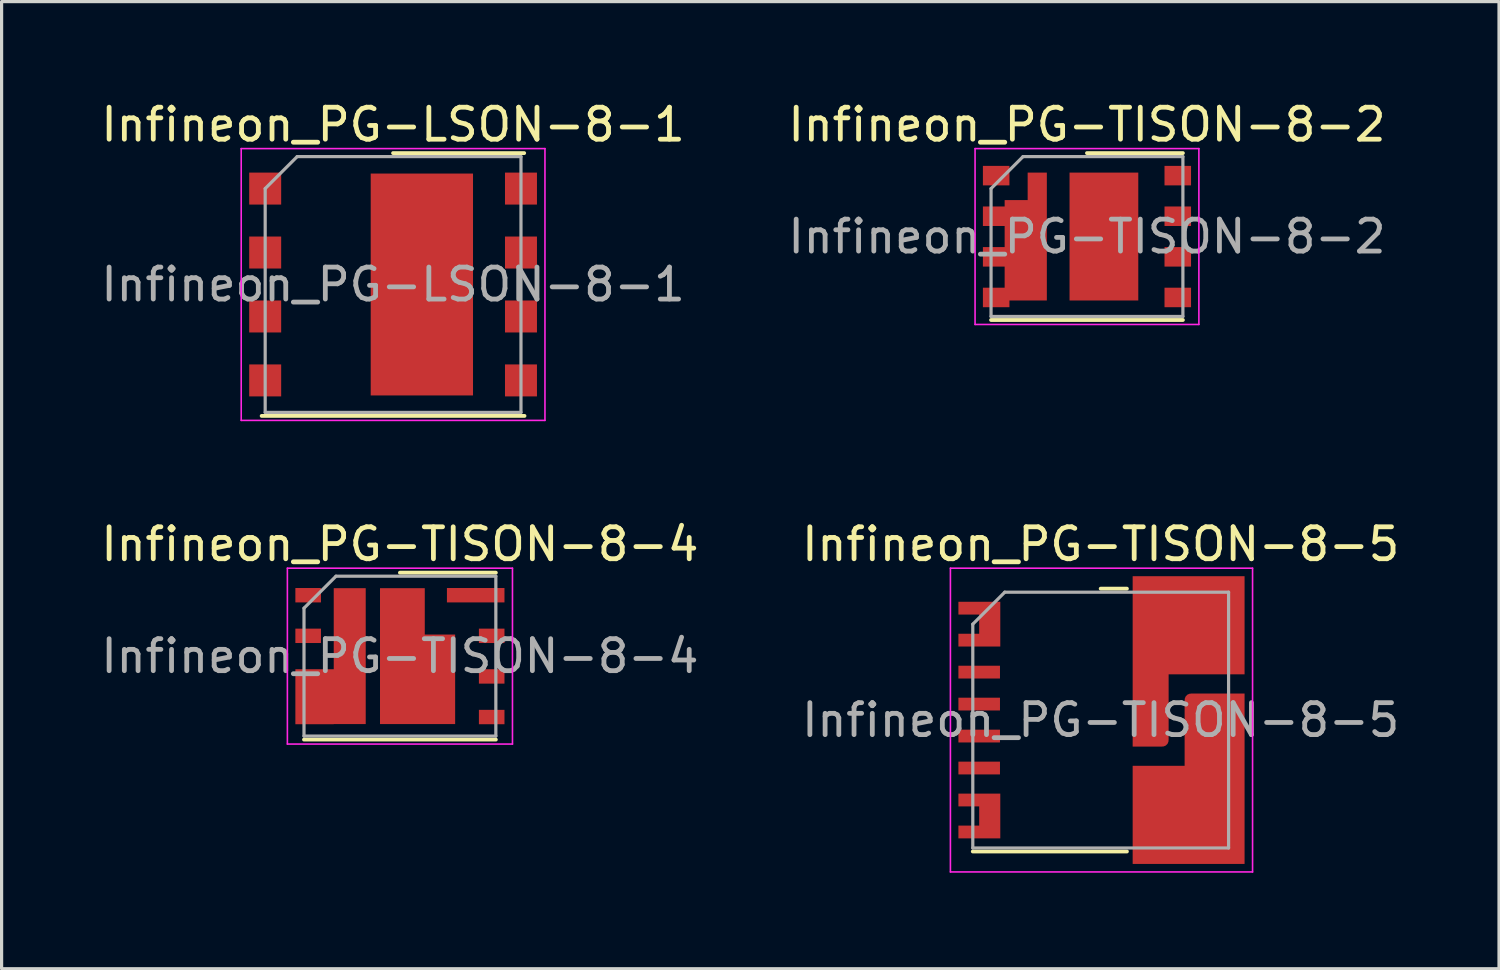
<source format=kicad_pcb>
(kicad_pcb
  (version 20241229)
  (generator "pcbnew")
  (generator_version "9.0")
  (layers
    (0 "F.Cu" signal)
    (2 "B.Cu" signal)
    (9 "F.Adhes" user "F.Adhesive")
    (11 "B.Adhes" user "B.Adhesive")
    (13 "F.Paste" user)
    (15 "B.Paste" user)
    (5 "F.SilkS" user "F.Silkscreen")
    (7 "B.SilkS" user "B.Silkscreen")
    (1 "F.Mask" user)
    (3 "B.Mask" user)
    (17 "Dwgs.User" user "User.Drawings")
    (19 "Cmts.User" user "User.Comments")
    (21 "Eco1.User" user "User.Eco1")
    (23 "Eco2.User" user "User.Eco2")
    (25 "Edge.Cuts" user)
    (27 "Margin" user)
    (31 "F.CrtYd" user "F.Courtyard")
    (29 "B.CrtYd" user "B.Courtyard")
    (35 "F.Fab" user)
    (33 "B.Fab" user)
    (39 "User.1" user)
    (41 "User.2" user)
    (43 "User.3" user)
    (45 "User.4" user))
  (footprint "Infineon_PG-TISON-8-4"
    (layer "F.Cu")
    (at 9.458 17.471)
    (property "Reference" "Infineon_PG-TISON-8-4" (at 0 -3.5 0) (layer "F.SilkS") (effects (font (size 1 1) (thickness 0.15))))
    (attr smd)
    (fp_line (start 3 -2.61) (end 0 -2.61) (stroke (width 0.12) (type solid)) (layer "F.SilkS"))
    (fp_line (start 3 2.61) (end -3 2.61) (stroke (width 0.12) (type solid)) (layer "F.SilkS"))
    (fp_line (start -3.52 -2.75) (end 3.52 -2.75) (stroke (width 0.05) (type solid)) (layer "F.CrtYd"))
    (fp_line (start -3.52 2.75) (end -3.52 -2.75) (stroke (width 0.05) (type solid)) (layer "F.CrtYd"))
    (fp_line (start 3.52 -2.75) (end 3.52 2.75) (stroke (width 0.05) (type solid)) (layer "F.CrtYd"))
    (fp_line (start 3.52 2.75) (end -3.52 2.75) (stroke (width 0.05) (type solid)) (layer "F.CrtYd"))
    (fp_line (start -3 -1.5) (end -3 2.5) (stroke (width 0.1) (type solid)) (layer "F.Fab"))
    (fp_line (start -2 -2.5) (end -3 -1.5) (stroke (width 0.1) (type solid)) (layer "F.Fab"))
    (fp_line (start -2 -2.5) (end 3 -2.5) (stroke (width 0.1) (type solid)) (layer "F.Fab"))
    (fp_line (start 3 -2.5) (end 3 2.5) (stroke (width 0.1) (type solid)) (layer "F.Fab"))
    (fp_line (start 3 2.5) (end -3 2.5) (stroke (width 0.1) (type solid)) (layer "F.Fab"))
    (fp_text user "${REFERENCE}" (at 0 0 0) (layer "F.Fab") (effects (font (size 1 1) (thickness 0.15))))
    (pad "" smd rect (at -2.87 0.635) (size 0.7 0.35) (layers "F.Paste"))
    (pad "" smd rect (at -2.87 0.635) (size 0.8 0.45) (layers "F.Mask"))
    (pad "" smd rect (at -2.87 1.905) (size 0.7 0.35) (layers "F.Paste"))
    (pad "" smd rect (at -2.87 1.905) (size 0.8 0.45) (layers "F.Mask"))
    (pad "" smd rect (at -1.57 -1.5) (size 0.8 0.75) (layers "F.Paste"))
    (pad "" smd rect (at -1.57 -0.5) (size 0.8 0.75) (layers "F.Paste"))
    (pad "" smd rect (at -1.57 0) (size 1 4.25) (layers "F.Mask"))
    (pad "" smd rect (at -1.57 0.5) (size 0.8 0.75) (layers "F.Paste"))
    (pad "" smd rect (at -1.57 1.5) (size 0.8 0.75) (layers "F.Paste"))
    (pad "" smd rect (at 0 -1.5) (size 0.85 0.75) (layers "F.Paste"))
    (pad "" smd rect (at 0 -0.5) (size 0.85 0.75) (layers "F.Paste"))
    (pad "" smd rect (at 0 0.5) (size 0.85 0.75) (layers "F.Paste"))
    (pad "" smd rect (at 0 1.5) (size 0.85 0.75) (layers "F.Paste"))
    (pad "" smd rect (at 1.1 -0.315) (size 0.85 0.38) (layers "F.Paste"))
    (pad "" smd rect (at 1.1 0.5) (size 0.85 0.75) (layers "F.Paste"))
    (pad "" smd rect (at 1.1 1.5) (size 0.85 0.75) (layers "F.Paste"))
    (pad "" smd rect (at 1.92 -1.905) (size 0.8 0.35) (layers "F.Paste"))
    (pad "" smd rect (at 2.87 -1.905) (size 0.7 0.35) (layers "F.Paste"))
    (pad "1" smd rect (at -2.87 -1.905) (size 0.8 0.45) (layers "F.Cu" "F.Mask" "F.Paste"))
    (pad "2" smd rect (at -2.87 -0.635) (size 0.8 0.45) (layers "F.Cu" "F.Mask" "F.Paste"))
    (pad "3" smd custom (at -1.57 0) (size 1 4.25) (layers "F.Cu") (options (anchor rect)) (primitives (gr_poly (pts (xy -0.5 2.13) (xy -1.7 2.13) (xy -1.7 0.41) (xy -0.5 0.41)) (width 0) (fill yes))))
    (pad "4" smd rect (at 2.87 1.905) (size 0.8 0.45) (layers "F.Cu" "F.Mask" "F.Paste"))
    (pad "5" smd rect (at 2.87 0.635) (size 0.8 0.45) (layers "F.Cu" "F.Mask" "F.Paste"))
    (pad "6" smd rect (at 2.87 -0.635) (size 0.8 0.45) (layers "F.Cu" "F.Mask" "F.Paste"))
    (pad "7" smd rect (at 2.37 -1.905) (size 1.8 0.45) (layers "F.Cu" "F.Mask"))
    (pad "8" smd custom (at 0.077 0) (size 1.4 4.25) (layers "F.Cu" "F.Mask") (options (anchor rect)) (primitives (gr_poly (pts (xy 1.65 2.125) (xy 0.7 2.125) (xy 0.7 -0.675) (xy 1.65 -0.675)) (width 0) (fill yes)))))
  (footprint "Infineon_PG-TISON-8-2"
    (layer "F.Cu")
    (at 30.946 4.348)
    (property "Reference" "Infineon_PG-TISON-8-2" (at 0 -3.5 0) (layer "F.SilkS") (effects (font (size 1 1) (thickness 0.15))))
    (attr smd)
    (fp_line (start 3 -2.61) (end 0 -2.61) (stroke (width 0.12) (type solid)) (layer "F.SilkS"))
    (fp_line (start 3 2.61) (end -3 2.61) (stroke (width 0.12) (type solid)) (layer "F.SilkS"))
    (fp_line (start -3.5 -2.75) (end 3.5 -2.75) (stroke (width 0.05) (type solid)) (layer "F.CrtYd"))
    (fp_line (start -3.5 2.75) (end -3.5 -2.75) (stroke (width 0.05) (type solid)) (layer "F.CrtYd"))
    (fp_line (start 3.5 -2.75) (end 3.5 2.75) (stroke (width 0.05) (type solid)) (layer "F.CrtYd"))
    (fp_line (start 3.5 2.75) (end -3.5 2.75) (stroke (width 0.05) (type solid)) (layer "F.CrtYd"))
    (fp_line (start -3 -1.5) (end -3 2.5) (stroke (width 0.1) (type solid)) (layer "F.Fab"))
    (fp_line (start -2 -2.5) (end -3 -1.5) (stroke (width 0.1) (type solid)) (layer "F.Fab"))
    (fp_line (start -2 -2.5) (end 3 -2.5) (stroke (width 0.1) (type solid)) (layer "F.Fab"))
    (fp_line (start 3 -2.5) (end 3 2.5) (stroke (width 0.1) (type solid)) (layer "F.Fab"))
    (fp_line (start 3 2.5) (end -3 2.5) (stroke (width 0.1) (type solid)) (layer "F.Fab"))
    (fp_text user "${REFERENCE}" (at 0 0 0) (layer "F.Fab") (effects (font (size 1 1) (thickness 0.15))))
    (pad "" smd rect (at -2.84 -0.635) (size 0.73 0.51) (layers "F.Paste"))
    (pad "" smd rect (at -2.84 0.635) (size 0.73 0.51) (layers "F.Paste"))
    (pad "" smd rect (at -2.84 1.905) (size 0.73 0.51) (layers "F.Paste"))
    (pad "" smd rect (at -1.82 -0.64) (size 0.9 0.5) (layers "F.Paste"))
    (pad "" smd rect (at -1.82 0.06) (size 0.9 0.5) (layers "F.Paste"))
    (pad "" smd rect (at -1.82 0.76) (size 0.9 0.5) (layers "F.Paste"))
    (pad "" smd rect (at -1.82 1.46) (size 0.9 0.5) (layers "F.Paste"))
    (pad "" smd rect (at -1.545 -1.6) (size 0.35 0.6) (layers "F.Paste"))
    (pad "" smd rect (at 0 -1.425) (size 0.75 0.75) (layers "F.Paste"))
    (pad "" smd rect (at 0 -0.475) (size 0.75 0.75) (layers "F.Paste"))
    (pad "" smd rect (at 0 0.475) (size 0.75 0.75) (layers "F.Paste"))
    (pad "" smd rect (at 0 1.425) (size 0.75 0.75) (layers "F.Paste"))
    (pad "" smd rect (at 1.025 -1.425) (size 0.75 0.75) (layers "F.Paste"))
    (pad "" smd rect (at 1.025 -0.475) (size 0.75 0.75) (layers "F.Paste"))
    (pad "" smd rect (at 1.025 0.475) (size 0.75 0.75) (layers "F.Paste"))
    (pad "" smd rect (at 1.025 1.425) (size 0.75 0.75) (layers "F.Paste"))
    (pad "1" smd rect (at -2.84 -1.905) (size 0.83 0.61) (layers "F.Cu" "F.Mask" "F.Paste"))
    (pad "2" smd custom (at -1.555 0) (size 0.6 4) (layers "F.Cu" "F.Mask") (options (anchor rect)) (primitives (gr_poly (pts (xy -0.3 2) (xy -0.87 2) (xy -0.87 2.21) (xy -1.7 2.21) (xy -1.7 1.6) (xy -1.02 1.6) (xy -1.02 0.94) (xy -1.7 0.94) (xy -1.7 0.33) (xy -1.02 0.33) (xy -1.02 -0.33) (xy -1.7 -0.33) (xy -1.7 -0.94) (xy -1.02 -0.94) (xy -1.02 -1.14) (xy -0.3 -1.14)) (width 0) (fill yes))))
    (pad "3" smd rect (at 2.84 1.905) (size 0.83 0.61) (layers "F.Cu" "F.Mask" "F.Paste"))
    (pad "4" smd rect (at 2.84 0.635) (size 0.83 0.61) (layers "F.Cu" "F.Mask" "F.Paste"))
    (pad "5" smd rect (at 2.84 -0.635) (size 0.83 0.61) (layers "F.Cu" "F.Mask" "F.Paste"))
    (pad "6" smd rect (at 2.84 -1.905) (size 0.83 0.61) (layers "F.Cu" "F.Mask" "F.Paste"))
    (pad "7" smd rect (at 0.53 0) (size 2.15 4) (layers "F.Cu" "F.Mask")))
  (footprint "Infineon_PG-LSON-8-1"
    (layer "F.Cu")
    (at 9.244 5.848)
    (property "Reference" "Infineon_PG-LSON-8-1" (at 0 -5 0) (layer "F.SilkS") (effects (font (size 1 1) (thickness 0.15))))
    (attr smd)
    (fp_line (start -4.11 4.11) (end 4.11 4.11) (stroke (width 0.12) (type solid)) (layer "F.SilkS"))
    (fp_line (start 0 -4.11) (end 4.1 -4.11) (stroke (width 0.12) (type solid)) (layer "F.SilkS"))
    (fp_line (start -4.75 -4.25) (end -4.75 4.25) (stroke (width 0.05) (type solid)) (layer "F.CrtYd"))
    (fp_line (start -4.75 -4.25) (end 4.75 -4.25) (stroke (width 0.05) (type solid)) (layer "F.CrtYd"))
    (fp_line (start -4.75 4.25) (end 4.75 4.25) (stroke (width 0.05) (type solid)) (layer "F.CrtYd"))
    (fp_line (start 4.75 -4.25) (end 4.75 4.25) (stroke (width 0.05) (type solid)) (layer "F.CrtYd"))
    (fp_line (start -4 -3) (end -4 4) (stroke (width 0.1) (type solid)) (layer "F.Fab"))
    (fp_line (start -4 4) (end 4 4) (stroke (width 0.1) (type solid)) (layer "F.Fab"))
    (fp_line (start -3 -4) (end -4 -3) (stroke (width 0.1) (type solid)) (layer "F.Fab"))
    (fp_line (start -3 -4) (end 4 -4) (stroke (width 0.1) (type solid)) (layer "F.Fab"))
    (fp_line (start 4 -4) (end 4 4) (stroke (width 0.1) (type solid)) (layer "F.Fab"))
    (fp_text user "${REFERENCE}" (at 0 0 0) (layer "F.Fab") (effects (font (size 1 1) (thickness 0.15))))
    (pad "" smd rect (at 0.15 -2.55) (size 1.2 1.4) (layers "F.Paste"))
    (pad "" smd rect (at 0.15 -0.85) (size 1.2 1.4) (layers "F.Paste"))
    (pad "" smd rect (at 0.15 0.85) (size 1.2 1.4) (layers "F.Paste"))
    (pad "" smd rect (at 0.15 2.55) (size 1.2 1.4) (layers "F.Paste"))
    (pad "" smd rect (at 1.65 -2.55) (size 1.2 1.4) (layers "F.Paste"))
    (pad "" smd rect (at 1.65 -0.85) (size 1.2 1.4) (layers "F.Paste"))
    (pad "" smd rect (at 1.65 0.85) (size 1.2 1.4) (layers "F.Paste"))
    (pad "" smd rect (at 1.65 2.55) (size 1.2 1.4) (layers "F.Paste"))
    (pad "1" smd rect (at -4 -3) (size 1 1) (layers "F.Cu" "F.Mask" "F.Paste"))
    (pad "2" smd rect (at -4 -1) (size 1 1) (layers "F.Cu" "F.Mask" "F.Paste"))
    (pad "3" smd rect (at -4 1) (size 1 1) (layers "F.Cu" "F.Mask" "F.Paste"))
    (pad "4" smd rect (at -4 3) (size 1 1) (layers "F.Cu" "F.Mask" "F.Paste"))
    (pad "5" smd rect (at 4 3) (size 1 1) (layers "F.Cu" "F.Mask" "F.Paste"))
    (pad "6" smd rect (at 4 1) (size 1 1) (layers "F.Cu" "F.Mask" "F.Paste"))
    (pad "7" smd rect (at 4 -1) (size 1 1) (layers "F.Cu" "F.Mask" "F.Paste"))
    (pad "8" smd rect (at 4 -3) (size 1 1) (layers "F.Cu" "F.Mask" "F.Paste"))
    (pad "9" smd rect (at 0.9 0) (size 3.2 6.94) (layers "F.Cu" "F.Mask")))
  (footprint "Infineon_PG-TISON-8-5"
    (layer "F.Cu")
    (at 31.375 19.471)
    (property "Reference" "Infineon_PG-TISON-8-5" (at 0 -5.5 0) (layer "F.SilkS") (effects (font (size 1 1) (thickness 0.15))))
    (attr smd)
    (fp_line (start 0.82 -4.11) (end 0 -4.11) (stroke (width 0.12) (type solid)) (layer "F.SilkS"))
    (fp_line (start 0.82 4.11) (end -4 4.11) (stroke (width 0.12) (type solid)) (layer "F.SilkS"))
    (fp_line (start -4.7 -4.75) (end 4.75 -4.75) (stroke (width 0.05) (type solid)) (layer "F.CrtYd"))
    (fp_line (start -4.7 4.75) (end -4.7 -4.75) (stroke (width 0.05) (type solid)) (layer "F.CrtYd"))
    (fp_line (start 4.75 -4.75) (end 4.75 4.75) (stroke (width 0.05) (type solid)) (layer "F.CrtYd"))
    (fp_line (start 4.75 4.75) (end -4.7 4.75) (stroke (width 0.05) (type solid)) (layer "F.CrtYd"))
    (fp_line (start -4 -3) (end -4 4) (stroke (width 0.1) (type solid)) (layer "F.Fab"))
    (fp_line (start -3 -4) (end -4 -3) (stroke (width 0.1) (type solid)) (layer "F.Fab"))
    (fp_line (start -3 -4) (end 4 -4) (stroke (width 0.1) (type solid)) (layer "F.Fab"))
    (fp_line (start 4 -4) (end 4 4) (stroke (width 0.1) (type solid)) (layer "F.Fab"))
    (fp_line (start 4 4) (end -4 4) (stroke (width 0.1) (type solid)) (layer "F.Fab"))
    (fp_text user "${REFERENCE}" (at 0 0 0) (layer "F.Fab") (effects (font (size 1 1) (thickness 0.15))))
    (pad "" smd rect (at -3.8 -3.5) (size 1.2 0.3) (layers "F.Paste"))
    (pad "" smd rect (at -3.8 -2.5) (size 1.2 0.3) (layers "F.Paste"))
    (pad "" smd rect (at -3.8 -2.5) (size 1.2 0.3) (layers "F.Paste"))
    (pad "" smd rect (at -3.8 -1.5) (size 1.2 0.3) (layers "F.Paste"))
    (pad "" smd rect (at -3.8 -0.5) (size 1.2 0.3) (layers "F.Paste"))
    (pad "" smd rect (at -3.8 0.5) (size 1.2 0.3) (layers "F.Paste"))
    (pad "" smd rect (at -3.8 1.5) (size 1.2 0.3) (layers "F.Paste"))
    (pad "" smd rect (at -3.8 2.5) (size 1.2 0.3) (layers "F.Paste"))
    (pad "" smd rect (at -3.8 3.5) (size 1.2 0.3) (layers "F.Paste"))
    (pad "" smd rect (at -3.49 -3) (size 0.5 0.4) (layers "F.Paste"))
    (pad "" smd rect (at -3.49 3) (size 0.5 0.4) (layers "F.Paste"))
    (pad "" smd rect (at 1.561 -3.638) (size 0.7 1.225) (layers "F.Paste"))
    (pad "" smd rect (at 1.561 -1.425) (size 0.7 1.6) (layers "F.Paste"))
    (pad "" smd rect (at 1.561 0.403) (size 0.7 0.455) (layers "F.Paste"))
    (pad "" smd rect (at 1.561 1.903) (size 0.7 0.545) (layers "F.Paste"))
    (pad "" smd rect (at 1.561 3.612) (size 0.7 1.275) (layers "F.Paste"))
    (pad "" smd rect (at 2.38 2.915) (size 0.537 2.57) (layers "F.Paste"))
    (pad "" smd rect (at 2.586 -2.94) (size 0.95 2.62) (layers "F.Paste"))
    (pad "" smd rect (at 3.28 -0.375) (size 0.863 0.5) (layers "F.Paste"))
    (pad "" smd rect (at 3.28 1.425) (size 0.863 1.5) (layers "F.Paste"))
    (pad "" smd rect (at 3.28 3.612) (size 0.863 1.275) (layers "F.Paste"))
    (pad "" smd rect (at 3.486 -3.638) (size 0.45 1.225) (layers "F.Paste"))
    (pad "" smd rect (at 3.486 -1.927) (size 0.45 0.595) (layers "F.Paste"))
    (pad "" smd rect (at 4.111 -2.94) (size 0.4 2.62) (layers "F.Paste"))
    (pad "" smd rect (at 4.111 0.403) (size 0.4 2.055) (layers "F.Paste"))
    (pad "" smd rect (at 4.111 2.915) (size 0.4 2.57) (layers "F.Paste"))
    (pad "1" smd custom (at -3.47 -3) (size 0.66 1.4) (layers "F.Cu" "F.Mask") (options (anchor rect)) (primitives (gr_poly (pts (xy 0.33 0.7) (xy -0.98 0.7) (xy -0.98 0.3) (xy -0.33 0.3) (xy -0.33 -0.3) (xy -0.98 -0.3) (xy -0.98 -0.7) (xy 0.33 -0.7)) (width 0) (fill yes))))
    (pad "2" smd rect (at -3.8 -1.5) (size 1.3 0.4) (layers "F.Cu" "F.Mask"))
    (pad "3" smd rect (at -3.8 -0.5) (size 1.3 0.4) (layers "F.Cu" "F.Mask"))
    (pad "4" smd rect (at -3.8 0.5) (size 1.3 0.4) (layers "F.Cu" "F.Mask"))
    (pad "5" smd rect (at -3.8 1.5) (size 1.3 0.4) (layers "F.Cu" "F.Mask"))
    (pad "6" smd custom (at -3.47 3) (size 0.66 1.4) (layers "F.Cu" "F.Mask") (options (anchor rect)) (primitives (gr_poly (pts (xy 0.33 0.7) (xy -0.98 0.7) (xy -0.98 0.3) (xy -0.33 0.3) (xy -0.33 -0.3) (xy -0.98 -0.3) (xy -0.98 -0.7) (xy 0.33 -0.7)) (width 0) (fill yes))))
    (pad "7" smd custom (at 2.75 2.965) (size 3.5 3.07) (layers "F.Cu" "F.Mask") (options (anchor rect)) (primitives (gr_poly (pts (xy 1.75 -1.535) (xy -0.125 -1.535) (xy -0.125 -3.595) (xy 0.075 -3.795) (xy 1.75 -3.795)) (width 0) (fill yes)) (gr_circle (center 0.075 -3.595) (end 0.275 -3.595) (width 0) (fill yes))))
    (pad "8" smd custom (at 2.75 -2.965) (size 3.5 3.07) (layers "F.Cu" "F.Mask") (options (anchor rect)) (primitives (gr_poly (pts (xy -0.625 3.595) (xy -0.825 3.795) (xy -1.75 3.795) (xy -1.75 1.535) (xy -0.625 1.535)) (width 0) (fill yes)) (gr_circle (center -0.825 3.595) (end -0.625 3.595) (width 0) (fill yes)))))
  (gr_rect
    (start -3 -3)
    (end 43.833 27.247)
    (stroke (width 0.1) (type default))
    (fill no)
    (layer "Edge.Cuts")))
</source>
